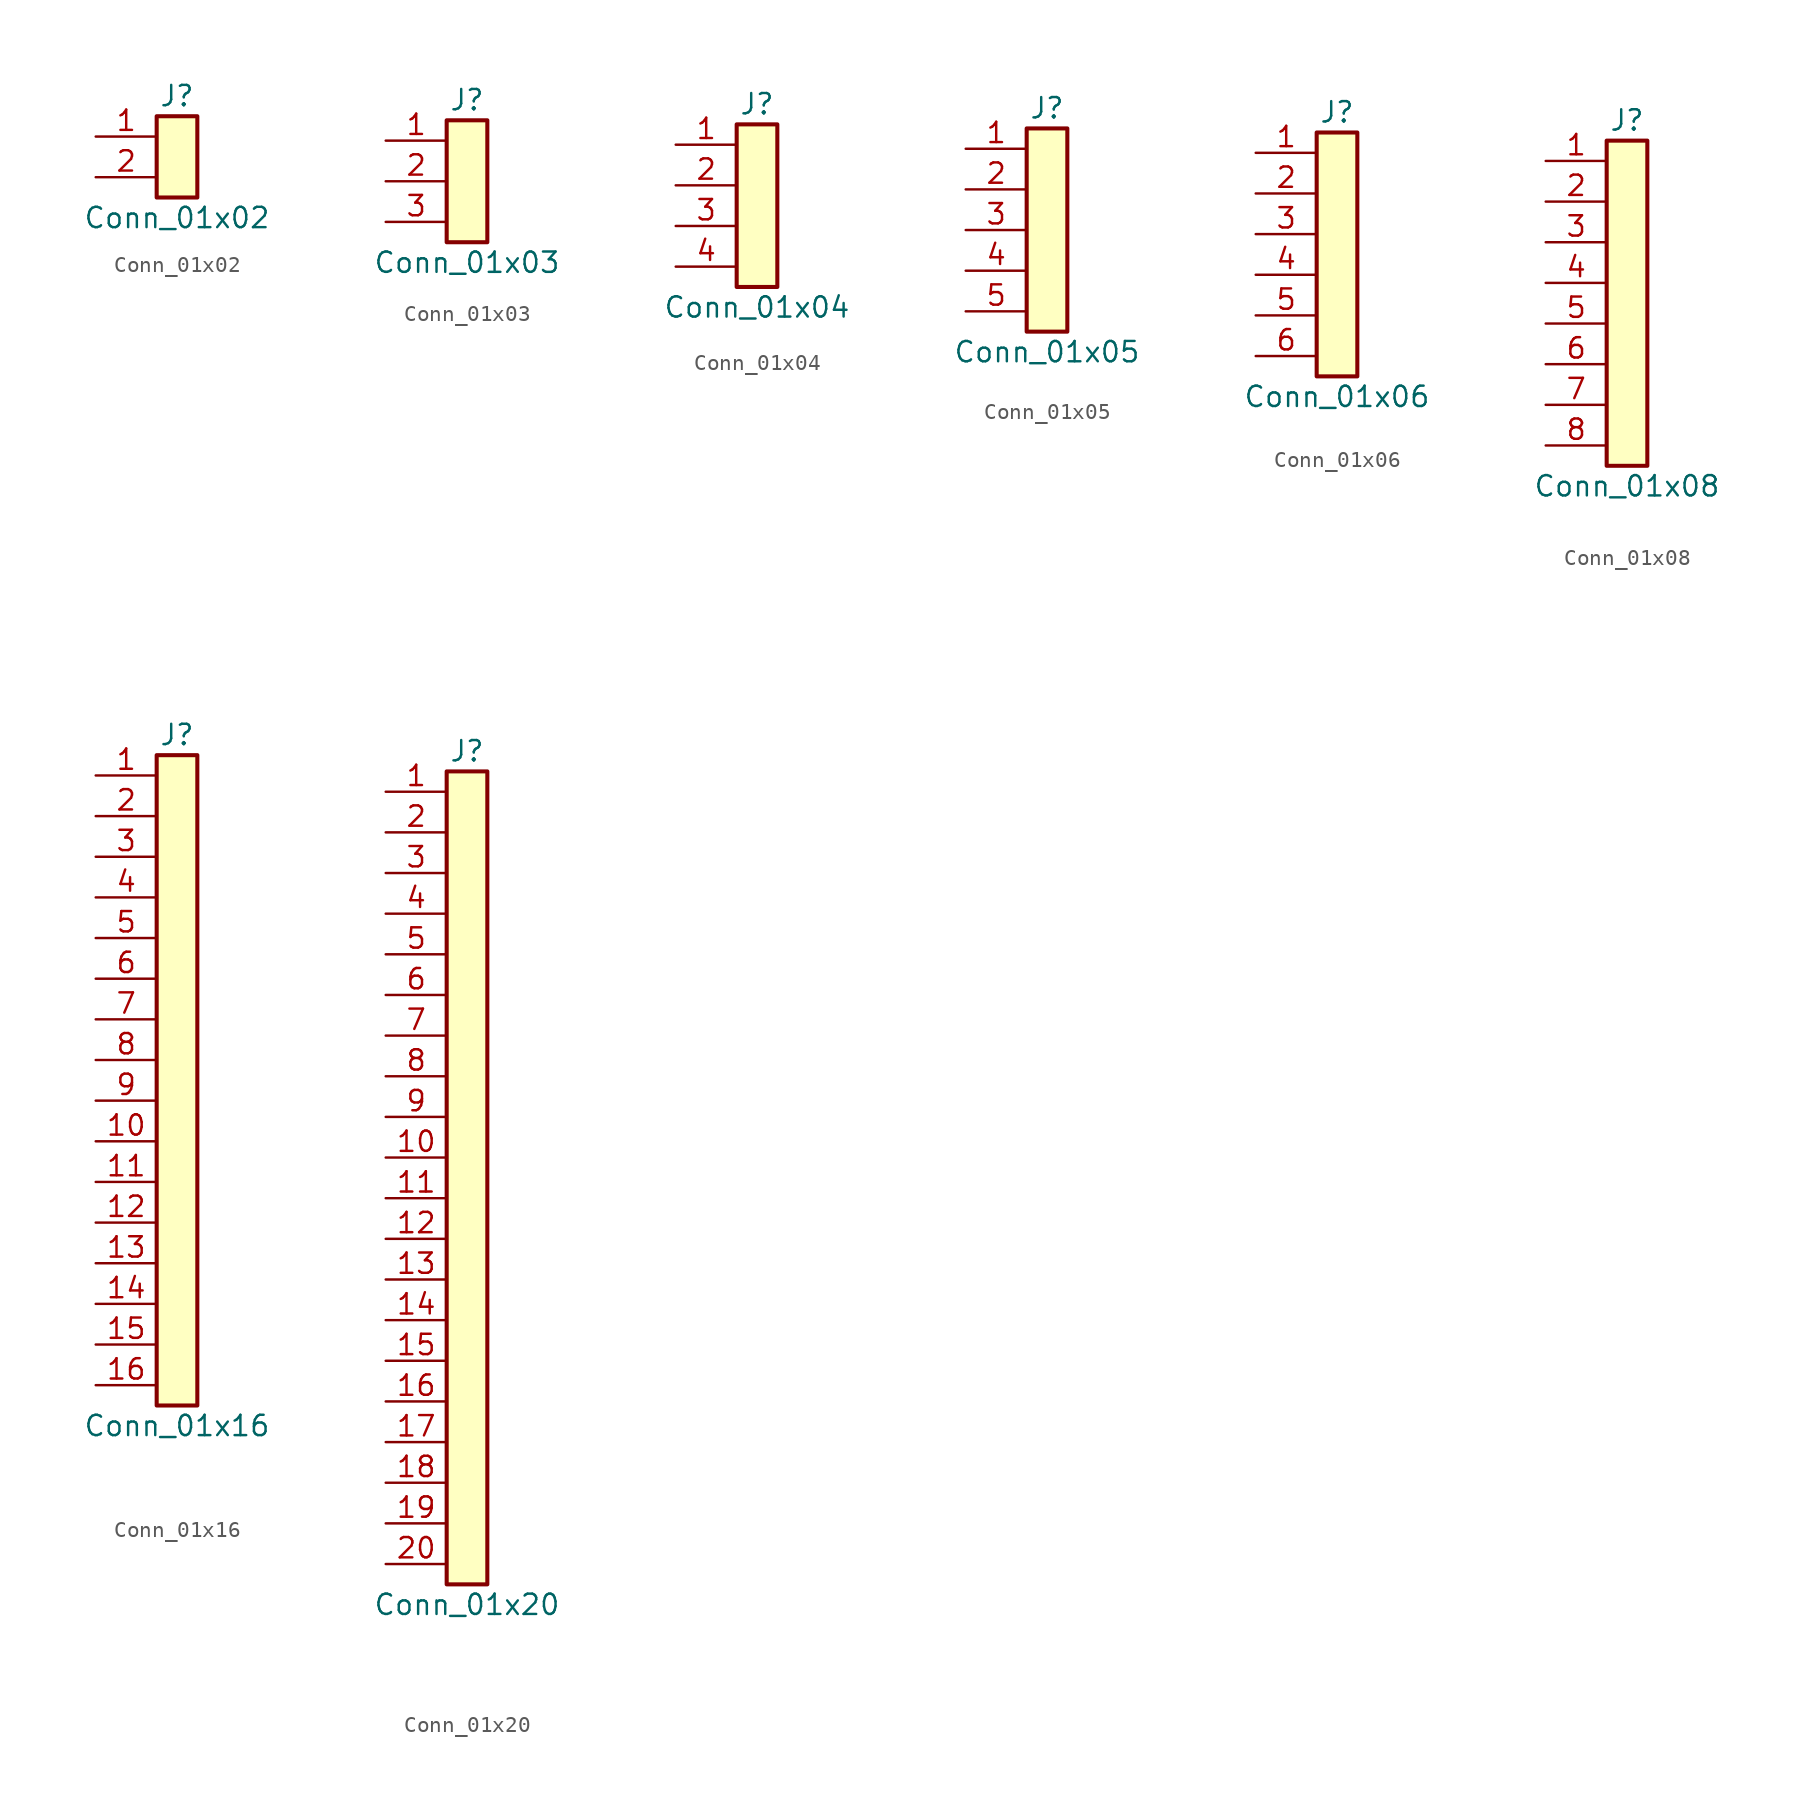
<source format=kicad_sym>
(kicad_symbol_lib
  (version 20220102)
  (generator kicad_symbol_editor)
  (symbol "Conn_01x02"
    (pin_names
      (offset 1.016) hide)
    (property "Reference" "J"
      (at 0 2.54 0)
      (effects (font (size 1.27 1.27))))
    (property "Value" "Conn_01x02"
      (at 0 -5.08 0)
      (effects (font (size 1.27 1.27))))
    (symbol "Conn_01x02_1_1"
      (rectangle (start -1.27 1.27) (end 1.27 -3.81) (stroke (width 0.254) (type default)) (fill (type background)))
      (pin passive line (at -5.08 0 0) (length 3.81) (name "Pin_1" (effects (font (size 1.27 1.27)))) (number "1" (effects (font (size 1.27 1.27)))))
      (pin passive line (at -5.08 -2.54 0) (length 3.81) (name "Pin_2" (effects (font (size 1.27 1.27)))) (number "2" (effects (font (size 1.27 1.27)))))))
  (symbol "Conn_01x03"
    (pin_names
      (offset 1.016) hide)
    (property "Reference" "J"
      (at 0 5.08 0)
      (effects (font (size 1.27 1.27))))
    (property "Value" "Conn_01x03"
      (at 0 -5.08 0)
      (effects (font (size 1.27 1.27))))
    (symbol "Conn_01x03_1_1"
      (rectangle (start -1.27 3.81) (end 1.27 -3.81) (stroke (width 0.254) (type default)) (fill (type background)))
      (pin passive line (at -5.08 2.54 0) (length 3.81) (name "Pin_1" (effects (font (size 1.27 1.27)))) (number "1" (effects (font (size 1.27 1.27)))))
      (pin passive line (at -5.08 0 0) (length 3.81) (name "Pin_2" (effects (font (size 1.27 1.27)))) (number "2" (effects (font (size 1.27 1.27)))))
      (pin passive line (at -5.08 -2.54 0) (length 3.81) (name "Pin_3" (effects (font (size 1.27 1.27)))) (number "3" (effects (font (size 1.27 1.27)))))))
  (symbol "Conn_01x04"
    (pin_names
      (offset 1.016) hide)
    (property "Reference" "J"
      (at 0 5.08 0)
      (effects (font (size 1.27 1.27))))
    (property "Value" "Conn_01x04"
      (at 0 -7.62 0)
      (effects (font (size 1.27 1.27))))
    (symbol "Conn_01x04_1_1"
      (rectangle (start -1.27 3.81) (end 1.27 -6.35) (stroke (width 0.254) (type default)) (fill (type background)))
      (pin passive line (at -5.08 2.54 0) (length 3.81) (name "Pin_1" (effects (font (size 1.27 1.27)))) (number "1" (effects (font (size 1.27 1.27)))))
      (pin passive line (at -5.08 0 0) (length 3.81) (name "Pin_2" (effects (font (size 1.27 1.27)))) (number "2" (effects (font (size 1.27 1.27)))))
      (pin passive line (at -5.08 -2.54 0) (length 3.81) (name "Pin_3" (effects (font (size 1.27 1.27)))) (number "3" (effects (font (size 1.27 1.27)))))
      (pin passive line (at -5.08 -5.08 0) (length 3.81) (name "Pin_4" (effects (font (size 1.27 1.27)))) (number "4" (effects (font (size 1.27 1.27)))))))
  (symbol "Conn_01x05"
    (pin_names
      (offset 1.016) hide)
    (property "Reference" "J"
      (at 0 7.62 0)
      (effects (font (size 1.27 1.27))))
    (property "Value" "Conn_01x05"
      (at 0 -7.62 0)
      (effects (font (size 1.27 1.27))))
    (symbol "Conn_01x05_1_1"
      (rectangle (start -1.27 6.35) (end 1.27 -6.35) (stroke (width 0.254) (type default)) (fill (type background)))
      (pin passive line (at -5.08 5.08 0) (length 3.81) (name "Pin_1" (effects (font (size 1.27 1.27)))) (number "1" (effects (font (size 1.27 1.27)))))
      (pin passive line (at -5.08 2.54 0) (length 3.81) (name "Pin_2" (effects (font (size 1.27 1.27)))) (number "2" (effects (font (size 1.27 1.27)))))
      (pin passive line (at -5.08 0 0) (length 3.81) (name "Pin_3" (effects (font (size 1.27 1.27)))) (number "3" (effects (font (size 1.27 1.27)))))
      (pin passive line (at -5.08 -2.54 0) (length 3.81) (name "Pin_4" (effects (font (size 1.27 1.27)))) (number "4" (effects (font (size 1.27 1.27)))))
      (pin passive line (at -5.08 -5.08 0) (length 3.81) (name "Pin_5" (effects (font (size 1.27 1.27)))) (number "5" (effects (font (size 1.27 1.27)))))))
  (symbol "Conn_01x06"
    (pin_names
      (offset 1.016) hide)
    (property "Reference" "J"
      (at 0 7.62 0)
      (effects (font (size 1.27 1.27))))
    (property "Value" "Conn_01x06"
      (at 0 -10.16 0)
      (effects (font (size 1.27 1.27))))
    (symbol "Conn_01x06_1_1"
      (rectangle (start -1.27 6.35) (end 1.27 -8.89) (stroke (width 0.254) (type default)) (fill (type background)))
      (pin passive line (at -5.08 5.08 0) (length 3.81) (name "Pin_1" (effects (font (size 1.27 1.27)))) (number "1" (effects (font (size 1.27 1.27)))))
      (pin passive line (at -5.08 2.54 0) (length 3.81) (name "Pin_2" (effects (font (size 1.27 1.27)))) (number "2" (effects (font (size 1.27 1.27)))))
      (pin passive line (at -5.08 0 0) (length 3.81) (name "Pin_3" (effects (font (size 1.27 1.27)))) (number "3" (effects (font (size 1.27 1.27)))))
      (pin passive line (at -5.08 -2.54 0) (length 3.81) (name "Pin_4" (effects (font (size 1.27 1.27)))) (number "4" (effects (font (size 1.27 1.27)))))
      (pin passive line (at -5.08 -5.08 0) (length 3.81) (name "Pin_5" (effects (font (size 1.27 1.27)))) (number "5" (effects (font (size 1.27 1.27)))))
      (pin passive line (at -5.08 -7.62 0) (length 3.81) (name "Pin_6" (effects (font (size 1.27 1.27)))) (number "6" (effects (font (size 1.27 1.27)))))))
  (symbol "Conn_01x08"
    (pin_names
      (offset 1.016) hide)
    (property "Reference" "J"
      (at 0 11.43 0)
      (effects (font (size 1.27 1.27))))
    (property "Value" "Conn_01x08"
      (at 0 -11.43 0)
      (effects (font (size 1.27 1.27))))
    (symbol "Conn_01x08_1_1"
      (rectangle (start -1.27 10.16) (end 1.27 -10.16) (stroke (width 0.254) (type default)) (fill (type background)))
      (pin passive line (at -5.08 8.89 0) (length 3.81) (name "Pin_1" (effects (font (size 1.27 1.27)))) (number "1" (effects (font (size 1.27 1.27)))))
      (pin passive line (at -5.08 6.35 0) (length 3.81) (name "Pin_2" (effects (font (size 1.27 1.27)))) (number "2" (effects (font (size 1.27 1.27)))))
      (pin passive line (at -5.08 3.81 0) (length 3.81) (name "Pin_3" (effects (font (size 1.27 1.27)))) (number "3" (effects (font (size 1.27 1.27)))))
      (pin passive line (at -5.08 1.27 0) (length 3.81) (name "Pin_4" (effects (font (size 1.27 1.27)))) (number "4" (effects (font (size 1.27 1.27)))))
      (pin passive line (at -5.08 -1.27 0) (length 3.81) (name "Pin_5" (effects (font (size 1.27 1.27)))) (number "5" (effects (font (size 1.27 1.27)))))
      (pin passive line (at -5.08 -3.81 0) (length 3.81) (name "Pin_6" (effects (font (size 1.27 1.27)))) (number "6" (effects (font (size 1.27 1.27)))))
      (pin passive line (at -5.08 -6.35 0) (length 3.81) (name "Pin_7" (effects (font (size 1.27 1.27)))) (number "7" (effects (font (size 1.27 1.27)))))
      (pin passive line (at -5.08 -8.89 0) (length 3.81) (name "Pin_8" (effects (font (size 1.27 1.27)))) (number "8" (effects (font (size 1.27 1.27)))))))
  (symbol "Conn_01x16"
    (pin_names
      (offset 1.016) hide)
    (property "Reference" "J"
      (at 0 20.32 0)
      (effects (font (size 1.27 1.27))))
    (property "Value" "Conn_01x16"
      (at 0 -22.86 0)
      (effects (font (size 1.27 1.27))))
    (symbol "Conn_01x16_1_1"
      (rectangle (start -1.27 19.05) (end 1.27 -21.59) (stroke (width 0.254) (type default)) (fill (type background)))
      (pin passive line (at -5.08 17.78 0) (length 3.81) (name "Pin_1" (effects (font (size 1.27 1.27)))) (number "1" (effects (font (size 1.27 1.27)))))
      (pin passive line (at -5.08 -5.08 0) (length 3.81) (name "Pin_10" (effects (font (size 1.27 1.27)))) (number "10" (effects (font (size 1.27 1.27)))))
      (pin passive line (at -5.08 -7.62 0) (length 3.81) (name "Pin_11" (effects (font (size 1.27 1.27)))) (number "11" (effects (font (size 1.27 1.27)))))
      (pin passive line (at -5.08 -10.16 0) (length 3.81) (name "Pin_12" (effects (font (size 1.27 1.27)))) (number "12" (effects (font (size 1.27 1.27)))))
      (pin passive line (at -5.08 -12.7 0) (length 3.81) (name "Pin_13" (effects (font (size 1.27 1.27)))) (number "13" (effects (font (size 1.27 1.27)))))
      (pin passive line (at -5.08 -15.24 0) (length 3.81) (name "Pin_14" (effects (font (size 1.27 1.27)))) (number "14" (effects (font (size 1.27 1.27)))))
      (pin passive line (at -5.08 -17.78 0) (length 3.81) (name "Pin_15" (effects (font (size 1.27 1.27)))) (number "15" (effects (font (size 1.27 1.27)))))
      (pin passive line (at -5.08 -20.32 0) (length 3.81) (name "Pin_16" (effects (font (size 1.27 1.27)))) (number "16" (effects (font (size 1.27 1.27)))))
      (pin passive line (at -5.08 15.24 0) (length 3.81) (name "Pin_2" (effects (font (size 1.27 1.27)))) (number "2" (effects (font (size 1.27 1.27)))))
      (pin passive line (at -5.08 12.7 0) (length 3.81) (name "Pin_3" (effects (font (size 1.27 1.27)))) (number "3" (effects (font (size 1.27 1.27)))))
      (pin passive line (at -5.08 10.16 0) (length 3.81) (name "Pin_4" (effects (font (size 1.27 1.27)))) (number "4" (effects (font (size 1.27 1.27)))))
      (pin passive line (at -5.08 7.62 0) (length 3.81) (name "Pin_5" (effects (font (size 1.27 1.27)))) (number "5" (effects (font (size 1.27 1.27)))))
      (pin passive line (at -5.08 5.08 0) (length 3.81) (name "Pin_6" (effects (font (size 1.27 1.27)))) (number "6" (effects (font (size 1.27 1.27)))))
      (pin passive line (at -5.08 2.54 0) (length 3.81) (name "Pin_7" (effects (font (size 1.27 1.27)))) (number "7" (effects (font (size 1.27 1.27)))))
      (pin passive line (at -5.08 0 0) (length 3.81) (name "Pin_8" (effects (font (size 1.27 1.27)))) (number "8" (effects (font (size 1.27 1.27)))))
      (pin passive line (at -5.08 -2.54 0) (length 3.81) (name "Pin_9" (effects (font (size 1.27 1.27)))) (number "9" (effects (font (size 1.27 1.27)))))))
  (symbol "Conn_01x20"
    (pin_names
      (offset 1.016) hide)
    (property "Reference" "J"
      (at 0 25.4 0)
      (effects (font (size 1.27 1.27))))
    (property "Value" "Conn_01x20"
      (at 0 -27.94 0)
      (effects (font (size 1.27 1.27))))
    (symbol "Conn_01x20_1_1"
      (rectangle (start -1.27 24.13) (end 1.27 -26.67) (stroke (width 0.254) (type default)) (fill (type background)))
      (pin passive line (at -5.08 22.86 0) (length 3.81) (name "Pin_1" (effects (font (size 1.27 1.27)))) (number "1" (effects (font (size 1.27 1.27)))))
      (pin passive line (at -5.08 0 0) (length 3.81) (name "Pin_10" (effects (font (size 1.27 1.27)))) (number "10" (effects (font (size 1.27 1.27)))))
      (pin passive line (at -5.08 -2.54 0) (length 3.81) (name "Pin_11" (effects (font (size 1.27 1.27)))) (number "11" (effects (font (size 1.27 1.27)))))
      (pin passive line (at -5.08 -5.08 0) (length 3.81) (name "Pin_12" (effects (font (size 1.27 1.27)))) (number "12" (effects (font (size 1.27 1.27)))))
      (pin passive line (at -5.08 -7.62 0) (length 3.81) (name "Pin_13" (effects (font (size 1.27 1.27)))) (number "13" (effects (font (size 1.27 1.27)))))
      (pin passive line (at -5.08 -10.16 0) (length 3.81) (name "Pin_14" (effects (font (size 1.27 1.27)))) (number "14" (effects (font (size 1.27 1.27)))))
      (pin passive line (at -5.08 -12.7 0) (length 3.81) (name "Pin_15" (effects (font (size 1.27 1.27)))) (number "15" (effects (font (size 1.27 1.27)))))
      (pin passive line (at -5.08 -15.24 0) (length 3.81) (name "Pin_16" (effects (font (size 1.27 1.27)))) (number "16" (effects (font (size 1.27 1.27)))))
      (pin passive line (at -5.08 -17.78 0) (length 3.81) (name "Pin_17" (effects (font (size 1.27 1.27)))) (number "17" (effects (font (size 1.27 1.27)))))
      (pin passive line (at -5.08 -20.32 0) (length 3.81) (name "Pin_18" (effects (font (size 1.27 1.27)))) (number "18" (effects (font (size 1.27 1.27)))))
      (pin passive line (at -5.08 -22.86 0) (length 3.81) (name "Pin_19" (effects (font (size 1.27 1.27)))) (number "19" (effects (font (size 1.27 1.27)))))
      (pin passive line (at -5.08 20.32 0) (length 3.81) (name "Pin_2" (effects (font (size 1.27 1.27)))) (number "2" (effects (font (size 1.27 1.27)))))
      (pin passive line (at -5.08 -25.4 0) (length 3.81) (name "Pin_20" (effects (font (size 1.27 1.27)))) (number "20" (effects (font (size 1.27 1.27)))))
      (pin passive line (at -5.08 17.78 0) (length 3.81) (name "Pin_3" (effects (font (size 1.27 1.27)))) (number "3" (effects (font (size 1.27 1.27)))))
      (pin passive line (at -5.08 15.24 0) (length 3.81) (name "Pin_4" (effects (font (size 1.27 1.27)))) (number "4" (effects (font (size 1.27 1.27)))))
      (pin passive line (at -5.08 12.7 0) (length 3.81) (name "Pin_5" (effects (font (size 1.27 1.27)))) (number "5" (effects (font (size 1.27 1.27)))))
      (pin passive line (at -5.08 10.16 0) (length 3.81) (name "Pin_6" (effects (font (size 1.27 1.27)))) (number "6" (effects (font (size 1.27 1.27)))))
      (pin passive line (at -5.08 7.62 0) (length 3.81) (name "Pin_7" (effects (font (size 1.27 1.27)))) (number "7" (effects (font (size 1.27 1.27)))))
      (pin passive line (at -5.08 5.08 0) (length 3.81) (name "Pin_8" (effects (font (size 1.27 1.27)))) (number "8" (effects (font (size 1.27 1.27)))))
      (pin passive line (at -5.08 2.54 0) (length 3.81) (name "Pin_9" (effects (font (size 1.27 1.27)))) (number "9" (effects (font (size 1.27 1.27))))))))
</source>
